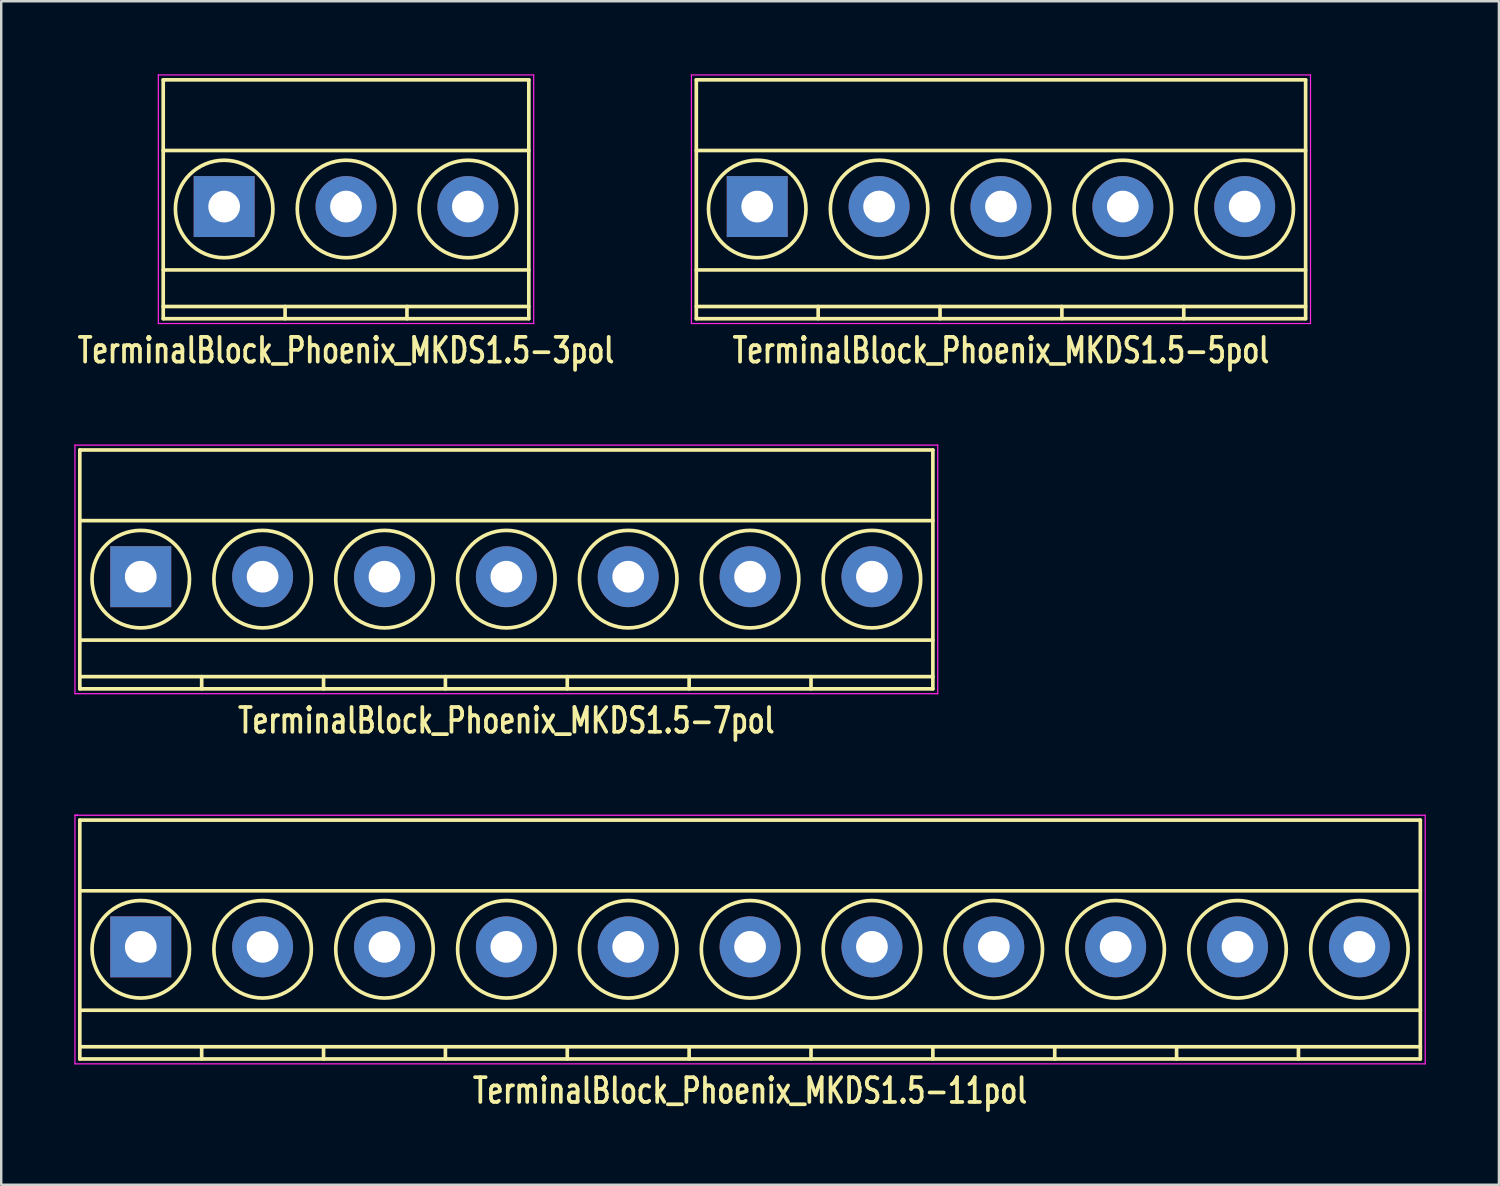
<source format=kicad_pcb>
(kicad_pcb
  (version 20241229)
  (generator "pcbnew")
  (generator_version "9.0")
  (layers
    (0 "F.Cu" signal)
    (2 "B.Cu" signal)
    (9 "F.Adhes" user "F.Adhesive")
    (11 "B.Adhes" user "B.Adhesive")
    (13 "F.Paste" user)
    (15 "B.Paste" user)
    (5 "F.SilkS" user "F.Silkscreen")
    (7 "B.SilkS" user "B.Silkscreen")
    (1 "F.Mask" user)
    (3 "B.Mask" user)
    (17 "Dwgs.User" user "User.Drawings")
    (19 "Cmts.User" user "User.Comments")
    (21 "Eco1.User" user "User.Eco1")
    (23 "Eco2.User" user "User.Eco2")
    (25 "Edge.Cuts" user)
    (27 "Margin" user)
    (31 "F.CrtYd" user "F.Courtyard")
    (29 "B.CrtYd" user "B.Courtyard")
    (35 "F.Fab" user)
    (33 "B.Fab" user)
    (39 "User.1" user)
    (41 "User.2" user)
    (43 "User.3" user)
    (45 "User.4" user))
  (footprint "TerminalBlock_Phoenix_MKDS1.5-3pol"
    (layer "F.Cu")
    (at 6.147 5.425)
    (property "Reference" "TerminalBlock_Phoenix_MKDS1.5-3pol" (at 5 5.9 0) (layer "F.SilkS") (effects (font (size 1.016 0.762) (thickness 0.152))))
    (attr through_hole)
    (fp_line (start -2.5 -5.2) (end -2.5 4.6) (stroke (width 0.15) (type solid)) (layer "F.SilkS"))
    (fp_line (start -2.5 -2.3) (end 12.5 -2.3) (stroke (width 0.15) (type solid)) (layer "F.SilkS"))
    (fp_line (start -2.5 2.6) (end 12.5 2.6) (stroke (width 0.15) (type solid)) (layer "F.SilkS"))
    (fp_line (start -2.5 4.1) (end 12.5 4.1) (stroke (width 0.15) (type solid)) (layer "F.SilkS"))
    (fp_line (start -2.5 4.6) (end 12.5 4.6) (stroke (width 0.15) (type solid)) (layer "F.SilkS"))
    (fp_line (start 2.5 4.1) (end 2.5 4.6) (stroke (width 0.15) (type solid)) (layer "F.SilkS"))
    (fp_line (start 7.5 4.1) (end 7.5 4.6) (stroke (width 0.15) (type solid)) (layer "F.SilkS"))
    (fp_line (start 12.5 -5.2) (end -2.5 -5.2) (stroke (width 0.15) (type solid)) (layer "F.SilkS"))
    (fp_line (start 12.5 4.6) (end 12.5 -5.2) (stroke (width 0.15) (type solid)) (layer "F.SilkS"))
    (fp_circle (center 0 0.1) (end 2 0.1) (stroke (width 0.15) (type solid)) (fill no) (layer "F.SilkS"))
    (fp_circle (center 5 0.1) (end 3 0.1) (stroke (width 0.15) (type solid)) (fill no) (layer "F.SilkS"))
    (fp_circle (center 10 0.1) (end 8 0.1) (stroke (width 0.15) (type solid)) (fill no) (layer "F.SilkS"))
    (fp_line (start -2.7 -5.4) (end 12.7 -5.4) (stroke (width 0.05) (type solid)) (layer "F.CrtYd"))
    (fp_line (start -2.7 4.8) (end -2.7 -5.4) (stroke (width 0.05) (type solid)) (layer "F.CrtYd"))
    (fp_line (start 12.7 -5.4) (end 12.7 4.8) (stroke (width 0.05) (type solid)) (layer "F.CrtYd"))
    (fp_line (start 12.7 4.8) (end -2.7 4.8) (stroke (width 0.05) (type solid)) (layer "F.CrtYd"))
    (pad "1" thru_hole rect (at 0 0) (size 2.5 2.5) (drill 1.3) (layers "*.Cu" "*.Mask"))
    (pad "2" thru_hole circle (at 5 0) (size 2.5 2.5) (drill 1.3) (layers "*.Cu" "*.Mask"))
    (pad "3" thru_hole circle (at 10 0) (size 2.5 2.5) (drill 1.3) (layers "*.Cu" "*.Mask")))
  (footprint "TerminalBlock_Phoenix_MKDS1.5-7pol"
    (layer "F.Cu")
    (at 2.725 20.612)
    (property "Reference" "TerminalBlock_Phoenix_MKDS1.5-7pol" (at 15 5.9 0) (layer "F.SilkS") (effects (font (size 1.016 0.762) (thickness 0.152))))
    (attr through_hole)
    (fp_line (start -2.5 -5.2) (end -2.5 4.6) (stroke (width 0.15) (type solid)) (layer "F.SilkS"))
    (fp_line (start -2.5 -2.3) (end 32.5 -2.3) (stroke (width 0.15) (type solid)) (layer "F.SilkS"))
    (fp_line (start -2.5 2.6) (end 32.5 2.6) (stroke (width 0.15) (type solid)) (layer "F.SilkS"))
    (fp_line (start -2.5 4.1) (end 32.5 4.1) (stroke (width 0.15) (type solid)) (layer "F.SilkS"))
    (fp_line (start -2.5 4.6) (end 32.5 4.6) (stroke (width 0.15) (type solid)) (layer "F.SilkS"))
    (fp_line (start 2.5 4.1) (end 2.5 4.6) (stroke (width 0.15) (type solid)) (layer "F.SilkS"))
    (fp_line (start 7.5 4.1) (end 7.5 4.6) (stroke (width 0.15) (type solid)) (layer "F.SilkS"))
    (fp_line (start 12.5 4.1) (end 12.5 4.6) (stroke (width 0.15) (type solid)) (layer "F.SilkS"))
    (fp_line (start 17.5 4.1) (end 17.5 4.6) (stroke (width 0.15) (type solid)) (layer "F.SilkS"))
    (fp_line (start 22.5 4.1) (end 22.5 4.6) (stroke (width 0.15) (type solid)) (layer "F.SilkS"))
    (fp_line (start 27.5 4.1) (end 27.5 4.6) (stroke (width 0.15) (type solid)) (layer "F.SilkS"))
    (fp_line (start 32.5 -5.2) (end -2.5 -5.2) (stroke (width 0.15) (type solid)) (layer "F.SilkS"))
    (fp_line (start 32.5 4.6) (end 32.5 -5.2) (stroke (width 0.15) (type solid)) (layer "F.SilkS"))
    (fp_circle (center 0 0.1) (end 2 0.1) (stroke (width 0.15) (type solid)) (fill no) (layer "F.SilkS"))
    (fp_circle (center 5 0.1) (end 3 0.1) (stroke (width 0.15) (type solid)) (fill no) (layer "F.SilkS"))
    (fp_circle (center 10 0.1) (end 8 0.1) (stroke (width 0.15) (type solid)) (fill no) (layer "F.SilkS"))
    (fp_circle (center 15 0.1) (end 13 0.1) (stroke (width 0.15) (type solid)) (fill no) (layer "F.SilkS"))
    (fp_circle (center 20 0.1) (end 18 0.1) (stroke (width 0.15) (type solid)) (fill no) (layer "F.SilkS"))
    (fp_circle (center 25 0.1) (end 23 0.1) (stroke (width 0.15) (type solid)) (fill no) (layer "F.SilkS"))
    (fp_circle (center 30 0.1) (end 28 0.1) (stroke (width 0.15) (type solid)) (fill no) (layer "F.SilkS"))
    (fp_line (start -2.7 -5.4) (end 32.7 -5.4) (stroke (width 0.05) (type solid)) (layer "F.CrtYd"))
    (fp_line (start -2.7 4.8) (end -2.7 -5.4) (stroke (width 0.05) (type solid)) (layer "F.CrtYd"))
    (fp_line (start 32.7 -5.4) (end 32.7 4.8) (stroke (width 0.05) (type solid)) (layer "F.CrtYd"))
    (fp_line (start 32.7 4.8) (end -2.7 4.8) (stroke (width 0.05) (type solid)) (layer "F.CrtYd"))
    (pad "1" thru_hole rect (at 0 0) (size 2.5 2.5) (drill 1.3) (layers "*.Cu" "*.Mask"))
    (pad "2" thru_hole circle (at 5 0) (size 2.5 2.5) (drill 1.3) (layers "*.Cu" "*.Mask"))
    (pad "3" thru_hole circle (at 10 0) (size 2.5 2.5) (drill 1.3) (layers "*.Cu" "*.Mask"))
    (pad "4" thru_hole circle (at 15 0) (size 2.5 2.5) (drill 1.3) (layers "*.Cu" "*.Mask"))
    (pad "5" thru_hole circle (at 20 0) (size 2.5 2.5) (drill 1.3) (layers "*.Cu" "*.Mask"))
    (pad "6" thru_hole circle (at 25 0) (size 2.5 2.5) (drill 1.3) (layers "*.Cu" "*.Mask"))
    (pad "7" thru_hole circle (at 30 0) (size 2.5 2.5) (drill 1.3) (layers "*.Cu" "*.Mask")))
  (footprint "TerminalBlock_Phoenix_MKDS1.5-5pol"
    (layer "F.Cu")
    (at 28.019 5.425)
    (property "Reference" "TerminalBlock_Phoenix_MKDS1.5-5pol" (at 10 5.9 0) (layer "F.SilkS") (effects (font (size 1.016 0.762) (thickness 0.152))))
    (attr through_hole)
    (fp_line (start -2.5 -5.2) (end -2.5 4.6) (stroke (width 0.15) (type solid)) (layer "F.SilkS"))
    (fp_line (start -2.5 -2.3) (end 22.5 -2.3) (stroke (width 0.15) (type solid)) (layer "F.SilkS"))
    (fp_line (start -2.5 2.6) (end 22.5 2.6) (stroke (width 0.15) (type solid)) (layer "F.SilkS"))
    (fp_line (start -2.5 4.1) (end 22.5 4.1) (stroke (width 0.15) (type solid)) (layer "F.SilkS"))
    (fp_line (start -2.5 4.6) (end 22.5 4.6) (stroke (width 0.15) (type solid)) (layer "F.SilkS"))
    (fp_line (start 2.5 4.1) (end 2.5 4.6) (stroke (width 0.15) (type solid)) (layer "F.SilkS"))
    (fp_line (start 7.5 4.1) (end 7.5 4.6) (stroke (width 0.15) (type solid)) (layer "F.SilkS"))
    (fp_line (start 12.5 4.1) (end 12.5 4.6) (stroke (width 0.15) (type solid)) (layer "F.SilkS"))
    (fp_line (start 17.5 4.1) (end 17.5 4.6) (stroke (width 0.15) (type solid)) (layer "F.SilkS"))
    (fp_line (start 22.5 -5.2) (end -2.5 -5.2) (stroke (width 0.15) (type solid)) (layer "F.SilkS"))
    (fp_line (start 22.5 4.6) (end 22.5 -5.2) (stroke (width 0.15) (type solid)) (layer "F.SilkS"))
    (fp_circle (center 0 0.1) (end 2 0.1) (stroke (width 0.15) (type solid)) (fill no) (layer "F.SilkS"))
    (fp_circle (center 5 0.1) (end 3 0.1) (stroke (width 0.15) (type solid)) (fill no) (layer "F.SilkS"))
    (fp_circle (center 10 0.1) (end 8 0.1) (stroke (width 0.15) (type solid)) (fill no) (layer "F.SilkS"))
    (fp_circle (center 15 0.1) (end 13 0.1) (stroke (width 0.15) (type solid)) (fill no) (layer "F.SilkS"))
    (fp_circle (center 20 0.1) (end 18 0.1) (stroke (width 0.15) (type solid)) (fill no) (layer "F.SilkS"))
    (fp_line (start -2.7 -5.4) (end -2.7 4.8) (stroke (width 0.05) (type solid)) (layer "F.CrtYd"))
    (fp_line (start -2.7 4.8) (end 22.7 4.8) (stroke (width 0.05) (type solid)) (layer "F.CrtYd"))
    (fp_line (start 22.7 -5.4) (end -2.7 -5.4) (stroke (width 0.05) (type solid)) (layer "F.CrtYd"))
    (fp_line (start 22.7 4.8) (end 22.7 -5.4) (stroke (width 0.05) (type solid)) (layer "F.CrtYd"))
    (pad "1" thru_hole rect (at 0 0) (size 2.5 2.5) (drill 1.3) (layers "*.Cu" "*.Mask"))
    (pad "2" thru_hole circle (at 5 0) (size 2.5 2.5) (drill 1.3) (layers "*.Cu" "*.Mask"))
    (pad "3" thru_hole circle (at 10 0) (size 2.5 2.5) (drill 1.3) (layers "*.Cu" "*.Mask"))
    (pad "4" thru_hole circle (at 15 0) (size 2.5 2.5) (drill 1.3) (layers "*.Cu" "*.Mask"))
    (pad "5" thru_hole circle (at 20 0) (size 2.5 2.5) (drill 1.3) (layers "*.Cu" "*.Mask")))
  (footprint "TerminalBlock_Phoenix_MKDS1.5-11pol"
    (layer "F.Cu")
    (at 2.725 35.799)
    (property "Reference" "TerminalBlock_Phoenix_MKDS1.5-11pol" (at 25 5.9 0) (layer "F.SilkS") (effects (font (size 1.016 0.762) (thickness 0.152))))
    (attr through_hole)
    (fp_line (start -2.5 -5.2) (end -2.5 4.6) (stroke (width 0.15) (type solid)) (layer "F.SilkS"))
    (fp_line (start -2.5 -2.3) (end 52.5 -2.3) (stroke (width 0.15) (type solid)) (layer "F.SilkS"))
    (fp_line (start -2.5 2.6) (end 52.5 2.6) (stroke (width 0.15) (type solid)) (layer "F.SilkS"))
    (fp_line (start -2.5 4.1) (end 52.5 4.1) (stroke (width 0.15) (type solid)) (layer "F.SilkS"))
    (fp_line (start -2.5 4.6) (end 52.5 4.6) (stroke (width 0.15) (type solid)) (layer "F.SilkS"))
    (fp_line (start 2.5 4.1) (end 2.5 4.6) (stroke (width 0.15) (type solid)) (layer "F.SilkS"))
    (fp_line (start 7.5 4.1) (end 7.5 4.6) (stroke (width 0.15) (type solid)) (layer "F.SilkS"))
    (fp_line (start 12.5 4.1) (end 12.5 4.6) (stroke (width 0.15) (type solid)) (layer "F.SilkS"))
    (fp_line (start 17.5 4.1) (end 17.5 4.6) (stroke (width 0.15) (type solid)) (layer "F.SilkS"))
    (fp_line (start 22.5 4.1) (end 22.5 4.6) (stroke (width 0.15) (type solid)) (layer "F.SilkS"))
    (fp_line (start 27.5 4.1) (end 27.5 4.6) (stroke (width 0.15) (type solid)) (layer "F.SilkS"))
    (fp_line (start 32.5 4.1) (end 32.5 4.6) (stroke (width 0.15) (type solid)) (layer "F.SilkS"))
    (fp_line (start 37.5 4.1) (end 37.5 4.6) (stroke (width 0.15) (type solid)) (layer "F.SilkS"))
    (fp_line (start 42.5 4.1) (end 42.5 4.6) (stroke (width 0.15) (type solid)) (layer "F.SilkS"))
    (fp_line (start 47.5 4.1) (end 47.5 4.6) (stroke (width 0.15) (type solid)) (layer "F.SilkS"))
    (fp_line (start 52.5 -5.2) (end -2.5 -5.2) (stroke (width 0.15) (type solid)) (layer "F.SilkS"))
    (fp_line (start 52.5 4.6) (end 52.5 -5.2) (stroke (width 0.15) (type solid)) (layer "F.SilkS"))
    (fp_circle (center 0 0.1) (end 2 0.1) (stroke (width 0.15) (type solid)) (fill no) (layer "F.SilkS"))
    (fp_circle (center 5 0.1) (end 3 0.1) (stroke (width 0.15) (type solid)) (fill no) (layer "F.SilkS"))
    (fp_circle (center 10 0.1) (end 8 0.1) (stroke (width 0.15) (type solid)) (fill no) (layer "F.SilkS"))
    (fp_circle (center 15 0.1) (end 13 0.1) (stroke (width 0.15) (type solid)) (fill no) (layer "F.SilkS"))
    (fp_circle (center 20 0.1) (end 18 0.1) (stroke (width 0.15) (type solid)) (fill no) (layer "F.SilkS"))
    (fp_circle (center 25 0.1) (end 23 0.1) (stroke (width 0.15) (type solid)) (fill no) (layer "F.SilkS"))
    (fp_circle (center 30 0.1) (end 28 0.1) (stroke (width 0.15) (type solid)) (fill no) (layer "F.SilkS"))
    (fp_circle (center 35 0.1) (end 33 0.1) (stroke (width 0.15) (type solid)) (fill no) (layer "F.SilkS"))
    (fp_circle (center 40 0.1) (end 38 0.1) (stroke (width 0.15) (type solid)) (fill no) (layer "F.SilkS"))
    (fp_circle (center 45 0.1) (end 43 0.1) (stroke (width 0.15) (type solid)) (fill no) (layer "F.SilkS"))
    (fp_circle (center 50 0.1) (end 48 0.1) (stroke (width 0.15) (type solid)) (fill no) (layer "F.SilkS"))
    (fp_line (start -2.7 -5.4) (end -2.7 4.8) (stroke (width 0.05) (type solid)) (layer "F.CrtYd"))
    (fp_line (start -2.7 -5.4) (end -2.6 -5.4) (stroke (width 0.05) (type solid)) (layer "F.CrtYd"))
    (fp_line (start -2.7 4.8) (end 52.7 4.8) (stroke (width 0.05) (type solid)) (layer "F.CrtYd"))
    (fp_line (start -2.6 -5.4) (end -2.7 -5.4) (stroke (width 0.05) (type solid)) (layer "F.CrtYd"))
    (fp_line (start 52.7 -5.4) (end -2.6 -5.4) (stroke (width 0.05) (type solid)) (layer "F.CrtYd"))
    (fp_line (start 52.7 4.8) (end 52.7 -5.4) (stroke (width 0.05) (type solid)) (layer "F.CrtYd"))
    (pad "1" thru_hole rect (at 0 0) (size 2.5 2.5) (drill 1.3) (layers "*.Cu" "*.Mask"))
    (pad "2" thru_hole circle (at 5 0) (size 2.5 2.5) (drill 1.3) (layers "*.Cu" "*.Mask"))
    (pad "3" thru_hole circle (at 10 0) (size 2.5 2.5) (drill 1.3) (layers "*.Cu" "*.Mask"))
    (pad "4" thru_hole circle (at 15 0) (size 2.5 2.5) (drill 1.3) (layers "*.Cu" "*.Mask"))
    (pad "5" thru_hole circle (at 20 0) (size 2.5 2.5) (drill 1.3) (layers "*.Cu" "*.Mask"))
    (pad "6" thru_hole circle (at 25 0) (size 2.5 2.5) (drill 1.3) (layers "*.Cu" "*.Mask"))
    (pad "7" thru_hole circle (at 30 0) (size 2.5 2.5) (drill 1.3) (layers "*.Cu" "*.Mask"))
    (pad "8" thru_hole circle (at 35 0) (size 2.5 2.5) (drill 1.3) (layers "*.Cu" "*.Mask"))
    (pad "9" thru_hole circle (at 40 0) (size 2.5 2.5) (drill 1.3) (layers "*.Cu" "*.Mask"))
    (pad "10" thru_hole circle (at 45 0) (size 2.5 2.5) (drill 1.3) (layers "*.Cu" "*.Mask"))
    (pad "11" thru_hole circle (at 50 0) (size 2.5 2.5) (drill 1.3) (layers "*.Cu" "*.Mask")))
  (gr_rect
    (start -3 -3)
    (end 58.45 45.56)
    (stroke (width 0.1) (type default))
    (fill no)
    (layer "Edge.Cuts")))
</source>
